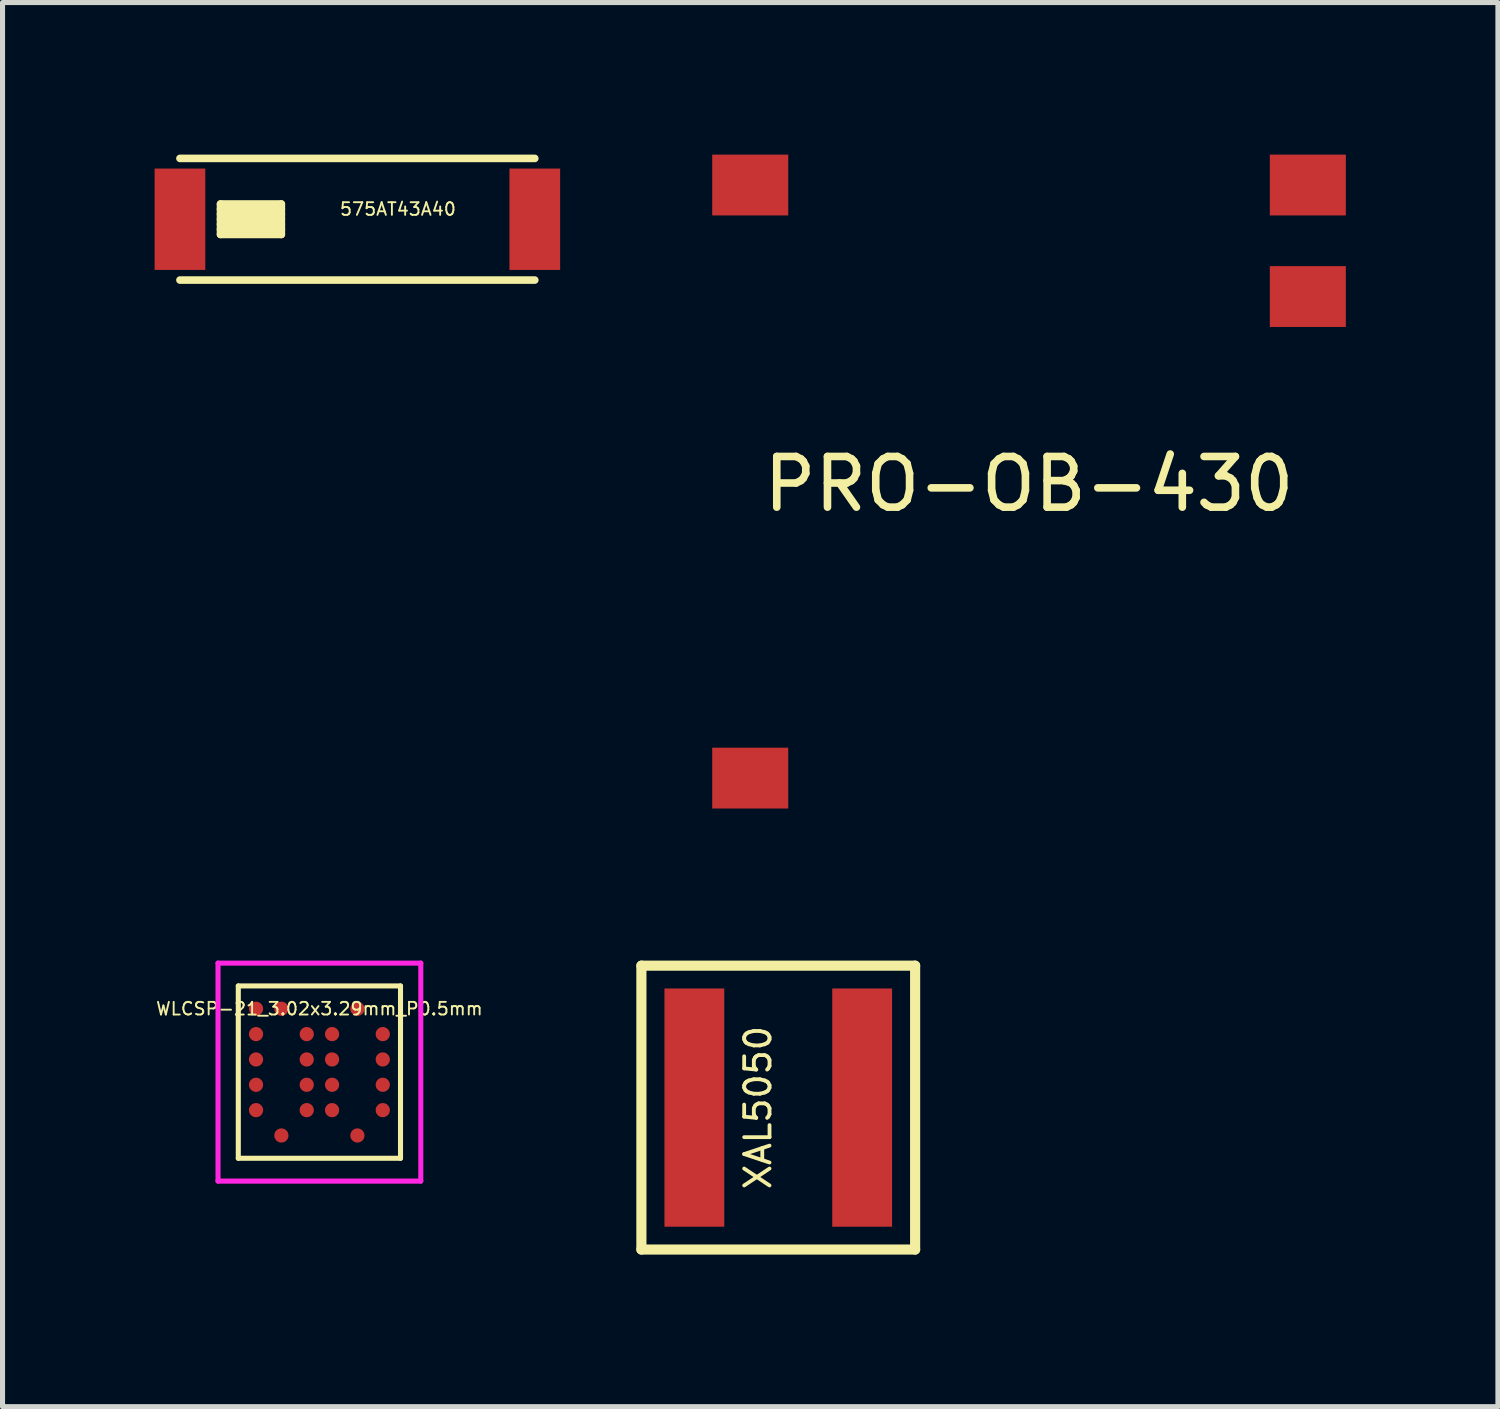
<source format=kicad_pcb>
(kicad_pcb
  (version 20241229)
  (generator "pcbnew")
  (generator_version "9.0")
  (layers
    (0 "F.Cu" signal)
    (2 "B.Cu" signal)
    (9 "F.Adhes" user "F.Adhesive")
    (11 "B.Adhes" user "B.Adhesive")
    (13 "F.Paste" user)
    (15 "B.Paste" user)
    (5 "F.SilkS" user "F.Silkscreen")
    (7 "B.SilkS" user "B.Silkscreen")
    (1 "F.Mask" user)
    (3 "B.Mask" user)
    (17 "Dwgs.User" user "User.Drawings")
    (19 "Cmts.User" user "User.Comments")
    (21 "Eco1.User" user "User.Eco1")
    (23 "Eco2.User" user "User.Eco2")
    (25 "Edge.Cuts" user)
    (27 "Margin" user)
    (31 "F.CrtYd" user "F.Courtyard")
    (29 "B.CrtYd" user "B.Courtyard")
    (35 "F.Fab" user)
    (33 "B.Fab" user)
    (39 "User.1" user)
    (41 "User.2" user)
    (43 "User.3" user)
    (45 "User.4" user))
  (footprint "575AT43A40"
    (layer "F.Cu")
    (at 4 1.275)
    (property "Reference" "575AT43A40" (at 0.8 -0.2 0) (layer "F.SilkS") (effects (font (size 0.25 0.25) (thickness 0.037))))
    (attr through_hole)
    (fp_line (start -3.5 -1.2) (end 3.5 -1.2) (stroke (width 0.15) (type solid)) (layer "F.SilkS"))
    (fp_line (start -3.5 1.2) (end 3.5 1.2) (stroke (width 0.15) (type solid)) (layer "F.SilkS"))
    (fp_line (start -2.7 -0.3) (end -1.5 -0.3) (stroke (width 0.15) (type solid)) (layer "F.SilkS"))
    (fp_line (start -2.7 -0.2) (end -1.5 -0.2) (stroke (width 0.15) (type solid)) (layer "F.SilkS"))
    (fp_line (start -2.7 0) (end -1.5 0) (stroke (width 0.15) (type solid)) (layer "F.SilkS"))
    (fp_line (start -2.7 0.2) (end -1.5 0.2) (stroke (width 0.15) (type solid)) (layer "F.SilkS"))
    (fp_line (start -2.7 0.3) (end -2.7 -0.3) (stroke (width 0.15) (type solid)) (layer "F.SilkS"))
    (fp_line (start -1.5 -0.3) (end -1.5 0.3) (stroke (width 0.15) (type solid)) (layer "F.SilkS"))
    (fp_line (start -1.5 -0.1) (end -2.7 -0.1) (stroke (width 0.15) (type solid)) (layer "F.SilkS"))
    (fp_line (start -1.5 0.1) (end -2.7 0.1) (stroke (width 0.15) (type solid)) (layer "F.SilkS"))
    (fp_line (start -1.5 0.3) (end -2.7 0.3) (stroke (width 0.15) (type solid)) (layer "F.SilkS"))
    (pad "1" smd rect (at -3.5 0) (size 1 2) (layers "F.Cu" "F.Mask" "F.Paste"))
    (pad "2" smd rect (at 3.5 0) (size 1 2) (layers "F.Cu" "F.Mask" "F.Paste")))
  (footprint "XAL5050"
    (layer "F.Cu")
    (at 12.303 18.8)
    (property "Reference" "XAL5050" (at -0.4 0 90) (layer "F.SilkS") (effects (font (size 0.5 0.5) (thickness 0.075))))
    (attr through_hole)
    (fp_line (start -2.7 -2.8) (end -2.7 2.8) (stroke (width 0.2) (type solid)) (layer "F.SilkS"))
    (fp_line (start -2.7 2.8) (end 2.7 2.8) (stroke (width 0.2) (type solid)) (layer "F.SilkS"))
    (fp_line (start 2.7 -2.8) (end -2.7 -2.8) (stroke (width 0.2) (type solid)) (layer "F.SilkS"))
    (fp_line (start 2.7 -2.8) (end 2.7 2.8) (stroke (width 0.2) (type solid)) (layer "F.SilkS"))
    (pad "1" smd rect (at -1.655 0) (size 1.18 4.7) (layers "F.Cu" "F.Mask" "F.Paste"))
    (pad "2" smd rect (at 1.655 0) (size 1.18 4.7) (layers "F.Cu" "F.Mask" "F.Paste")))
  (footprint "PRO-OB-430"
    (layer "F.Cu")
    (at 17.25 6.5)
    (property "Reference" "PRO-OB-430" (at 0 0 0) (layer "F.SilkS") (effects (font (size 1 1) (thickness 0.15))))
    (attr through_hole)
    (pad "1" smd rect (at 5.5 -5.9) (size 1.5 1.2) (layers "F.Cu" "F.Mask" "F.Paste"))
    (pad "2" smd rect (at 5.5 -3.7) (size 1.5 1.2) (layers "F.Cu" "F.Mask" "F.Paste"))
    (pad "3" smd rect (at -5.5 -5.9) (size 1.5 1.2) (layers "F.Cu" "F.Mask" "F.Paste"))
    (pad "4" smd rect (at -5.5 5.8) (size 1.5 1.2) (layers "F.Cu" "F.Mask" "F.Paste")))
  (footprint "WLCSP-21_3.02x3.29mm_P0.5mm"
    (layer "F.Cu")
    (at 3.251 18.1)
    (property "Reference" "WLCSP-21_3.02x3.29mm_P0.5mm" (at 0 -1.25 0) (layer "F.SilkS") (effects (font (size 0.25 0.25) (thickness 0.037))))
    (attr through_hole)
    (fp_line (start -1.6 -1.7) (end -1.6 1.7) (stroke (width 0.1) (type solid)) (layer "F.SilkS"))
    (fp_line (start -1.6 1.7) (end 1.6 1.7) (stroke (width 0.1) (type solid)) (layer "F.SilkS"))
    (fp_line (start 1.6 -1.7) (end -1.6 -1.7) (stroke (width 0.1) (type solid)) (layer "F.SilkS"))
    (fp_line (start 1.6 1.7) (end 1.6 -1.7) (stroke (width 0.1) (type solid)) (layer "F.SilkS"))
    (fp_line (start -2 -2.15) (end -2 2.15) (stroke (width 0.1) (type solid)) (layer "F.CrtYd"))
    (fp_line (start -2 2.15) (end 2 2.15) (stroke (width 0.1) (type solid)) (layer "F.CrtYd"))
    (fp_line (start 2 -2.15) (end -2 -2.15) (stroke (width 0.1) (type solid)) (layer "F.CrtYd"))
    (fp_line (start 2 -2.15) (end 2 2.15) (stroke (width 0.1) (type solid)) (layer "F.CrtYd"))
    (pad "A1" smd circle (at -1.25 -1.25) (size 0.28 0.28) (layers "F.Cu" "F.Mask" "F.Paste"))
    (pad "A2" smd circle (at -0.75 -1.25) (size 0.28 0.28) (layers "F.Cu" "F.Mask" "F.Paste"))
    (pad "A5" smd circle (at 0.75 -1.25) (size 0.28 0.28) (layers "F.Cu" "F.Mask" "F.Paste"))
    (pad "B1" smd circle (at -1.25 -0.75) (size 0.28 0.28) (layers "F.Cu" "F.Mask" "F.Paste"))
    (pad "B3" smd circle (at -0.25 -0.75) (size 0.28 0.28) (layers "F.Cu" "F.Mask" "F.Paste"))
    (pad "B4" smd circle (at 0.25 -0.75) (size 0.28 0.28) (layers "F.Cu" "F.Mask" "F.Paste"))
    (pad "B6" smd circle (at 1.25 -0.75) (size 0.28 0.28) (layers "F.Cu" "F.Mask" "F.Paste"))
    (pad "C1" smd circle (at -1.25 -0.25) (size 0.28 0.28) (layers "F.Cu" "F.Mask" "F.Paste"))
    (pad "C3" smd circle (at -0.25 -0.25) (size 0.28 0.28) (layers "F.Cu" "F.Mask" "F.Paste"))
    (pad "C4" smd circle (at 0.25 -0.25) (size 0.28 0.28) (layers "F.Cu" "F.Mask" "F.Paste"))
    (pad "C6" smd circle (at 1.25 -0.25) (size 0.28 0.28) (layers "F.Cu" "F.Mask" "F.Paste"))
    (pad "D1" smd circle (at -1.25 0.25) (size 0.28 0.28) (layers "F.Cu" "F.Mask" "F.Paste"))
    (pad "D3" smd circle (at -0.25 0.25) (size 0.28 0.28) (layers "F.Cu" "F.Mask" "F.Paste"))
    (pad "D4" smd circle (at 0.25 0.25) (size 0.28 0.28) (layers "F.Cu" "F.Mask" "F.Paste"))
    (pad "D6" smd circle (at 1.25 0.25) (size 0.28 0.28) (layers "F.Cu" "F.Mask" "F.Paste"))
    (pad "E1" smd circle (at -1.25 0.75) (size 0.28 0.28) (layers "F.Cu" "F.Mask" "F.Paste"))
    (pad "E3" smd circle (at -0.25 0.75) (size 0.28 0.28) (layers "F.Cu" "F.Mask" "F.Paste"))
    (pad "E4" smd circle (at 0.25 0.75) (size 0.28 0.28) (layers "F.Cu" "F.Mask" "F.Paste"))
    (pad "E6" smd circle (at 1.25 0.75) (size 0.28 0.28) (layers "F.Cu" "F.Mask" "F.Paste"))
    (pad "F2" smd circle (at -0.75 1.25) (size 0.28 0.28) (layers "F.Cu" "F.Mask" "F.Paste"))
    (pad "F5" smd circle (at 0.75 1.25) (size 0.28 0.28) (layers "F.Cu" "F.Mask" "F.Paste")))
  (gr_rect
    (start -3 -3)
    (end 26.5 24.7)
    (stroke (width 0.1) (type default))
    (fill no)
    (layer "Edge.Cuts")))
</source>
